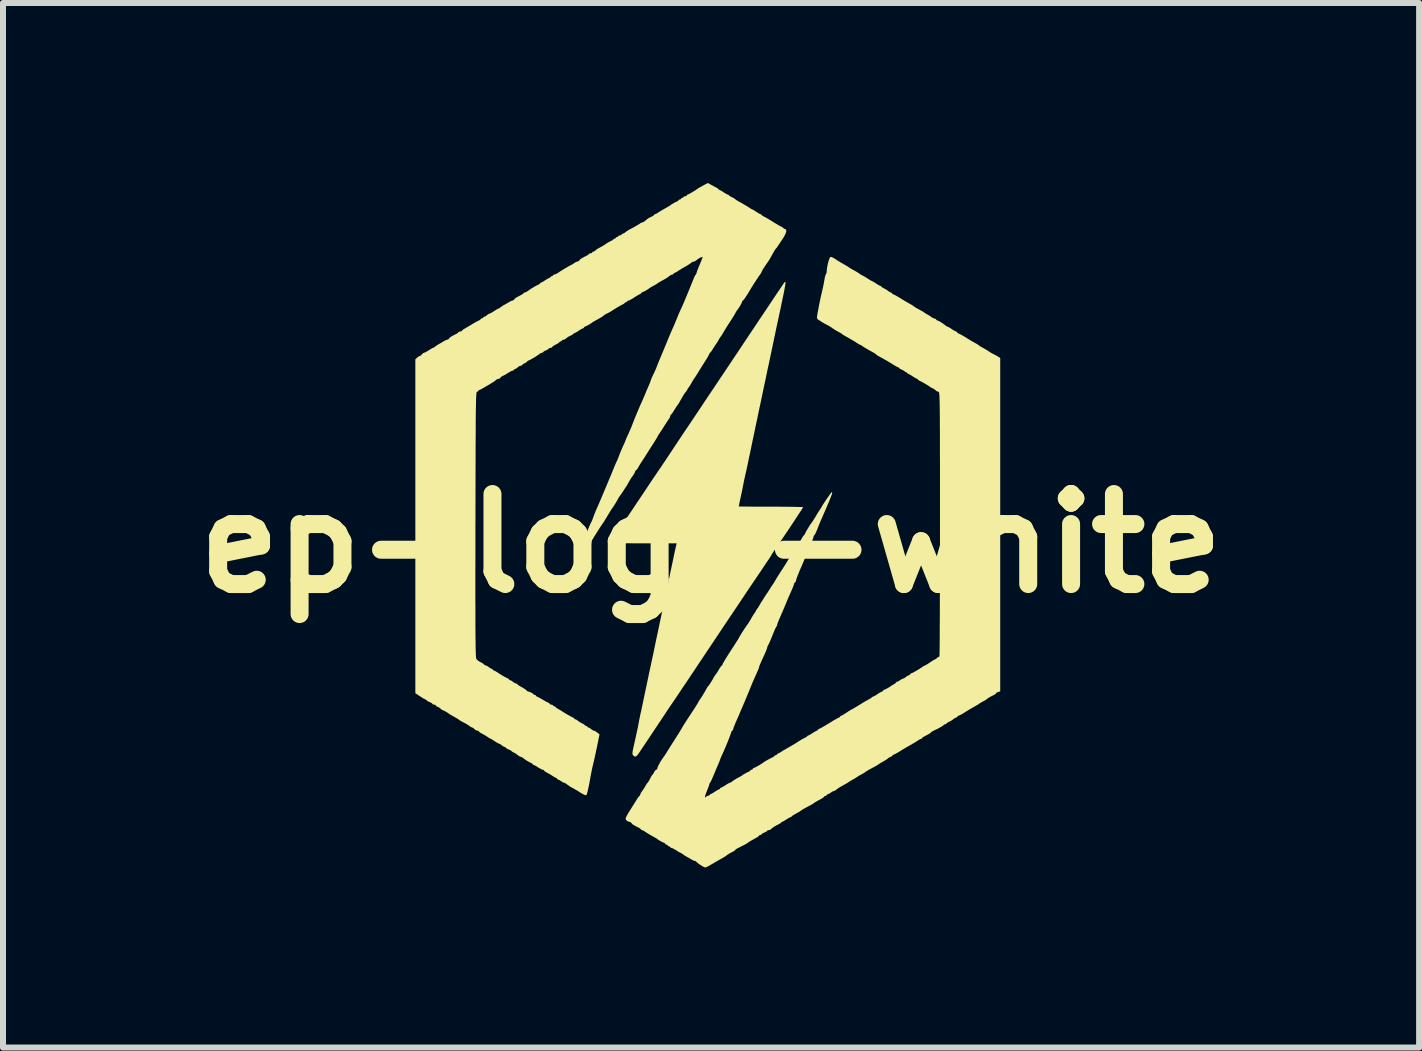
<source format=kicad_pcb>
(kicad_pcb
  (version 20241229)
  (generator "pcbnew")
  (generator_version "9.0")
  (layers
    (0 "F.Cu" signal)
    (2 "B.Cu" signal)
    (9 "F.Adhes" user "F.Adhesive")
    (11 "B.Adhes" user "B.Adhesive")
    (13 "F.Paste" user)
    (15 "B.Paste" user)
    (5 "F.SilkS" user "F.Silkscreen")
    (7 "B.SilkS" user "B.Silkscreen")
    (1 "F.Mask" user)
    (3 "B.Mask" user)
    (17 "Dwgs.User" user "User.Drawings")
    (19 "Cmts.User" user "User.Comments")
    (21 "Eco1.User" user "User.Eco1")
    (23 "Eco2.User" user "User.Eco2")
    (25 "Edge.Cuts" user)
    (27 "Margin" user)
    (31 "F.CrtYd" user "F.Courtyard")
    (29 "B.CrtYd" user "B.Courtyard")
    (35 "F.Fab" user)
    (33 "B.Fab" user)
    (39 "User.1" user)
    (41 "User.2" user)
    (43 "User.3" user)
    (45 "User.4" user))
  (footprint "ep-logo-white"
    (layer "F.Cu")
    (at 8.8 6.005)
    (property "Reference" "ep-logo-white" (at 0 0 0) (layer "F.SilkS") (effects (font (size 1.5 1.5) (thickness 0.3))))
    (attr board_only exclude_from_pos_files exclude_from_bom)
    (fp_poly (pts (xy 1.24 -4.352) (xy 1.239 -4.328) (xy 1.233 -4.285) (xy 1.221 -4.219) (xy 1.208 -4.153) (xy 1.192 -4.078) (xy 1.177 -4.007) (xy 1.165 -3.947) (xy 1.156 -3.905) (xy 1.154 -3.896) (xy 1.146 -3.858) (xy 1.134 -3.802) (xy 1.12 -3.735) (xy 1.106 -3.672) (xy 1.092 -3.607) (xy 1.074 -3.522) (xy 1.054 -3.426) (xy 1.033 -3.325) (xy 1.012 -3.227) (xy 1.012 -3.224) (xy 0.99 -3.123) (xy 0.968 -3.016) (xy 0.945 -2.911) (xy 0.925 -2.816) (xy 0.91 -2.742) (xy 0.892 -2.66) (xy 0.871 -2.561) (xy 0.849 -2.454) (xy 0.827 -2.35) (xy 0.815 -2.294) (xy 0.793 -2.191) (xy 0.769 -2.074) (xy 0.743 -1.952) (xy 0.719 -1.838) (xy 0.708 -1.785) (xy 0.689 -1.696) (xy 0.671 -1.608) (xy 0.654 -1.527) (xy 0.64 -1.46) (xy 0.631 -1.419) (xy 0.618 -1.356) (xy 0.602 -1.279) (xy 0.585 -1.201) (xy 0.577 -1.168) (xy 0.562 -1.099) (xy 0.547 -1.031) (xy 0.536 -0.975) (xy 0.531 -0.95) (xy 0.522 -0.902) (xy 0.509 -0.839) (xy 0.494 -0.771) (xy 0.489 -0.748) (xy 0.477 -0.692) (xy 0.468 -0.648) (xy 0.463 -0.621) (xy 0.462 -0.615) (xy 0.475 -0.614) (xy 0.512 -0.613) (xy 0.571 -0.613) (xy 0.648 -0.612) (xy 0.741 -0.611) (xy 0.846 -0.611) (xy 0.961 -0.611) (xy 0.998 -0.611) (xy 1.115 -0.611) (xy 1.224 -0.61) (xy 1.321 -0.609) (xy 1.403 -0.608) (xy 1.468 -0.606) (xy 1.512 -0.605) (xy 1.533 -0.603) (xy 1.534 -0.602) (xy 1.527 -0.589) (xy 1.507 -0.557) (xy 1.475 -0.509) (xy 1.435 -0.448) (xy 1.389 -0.378) (xy 1.338 -0.301) (xy 1.285 -0.221) (xy 1.231 -0.141) (xy 1.18 -0.065) (xy 1.132 0.005) (xy 1.091 0.066) (xy 1.059 0.113) (xy 1.052 0.122) (xy 1.027 0.159) (xy 1.01 0.186) (xy 1.005 0.197) (xy 0.997 0.21) (xy 0.978 0.241) (xy 0.949 0.284) (xy 0.927 0.316) (xy 0.905 0.349) (xy 0.868 0.404) (xy 0.819 0.477) (xy 0.758 0.567) (xy 0.688 0.671) (xy 0.608 0.789) (xy 0.522 0.918) (xy 0.429 1.057) (xy 0.331 1.203) (xy 0.23 1.354) (xy 0.127 1.508) (xy 0.022 1.665) (xy -0.082 1.821) (xy -0.185 1.975) (xy -0.285 2.125) (xy -0.357 2.233) (xy -0.423 2.332) (xy -0.485 2.423) (xy -0.54 2.506) (xy -0.588 2.577) (xy -0.626 2.633) (xy -0.652 2.672) (xy -0.666 2.692) (xy -0.668 2.694) (xy -0.678 2.709) (xy -0.701 2.743) (xy -0.735 2.794) (xy -0.777 2.858) (xy -0.826 2.932) (xy -0.876 3.007) (xy -0.93 3.088) (xy -0.98 3.163) (xy -1.024 3.229) (xy -1.058 3.281) (xy -1.083 3.317) (xy -1.093 3.333) (xy -1.11 3.357) (xy -1.136 3.396) (xy -1.167 3.443) (xy -1.177 3.458) (xy -1.213 3.511) (xy -1.239 3.542) (xy -1.26 3.554) (xy -1.278 3.55) (xy -1.295 3.536) (xy -1.304 3.526) (xy -1.309 3.514) (xy -1.31 3.495) (xy -1.307 3.467) (xy -1.298 3.423) (xy -1.285 3.362) (xy -1.266 3.279) (xy -1.25 3.206) (xy -1.234 3.131) (xy -1.22 3.066) (xy -1.214 3.034) (xy -1.202 2.969) (xy -1.187 2.895) (xy -1.175 2.837) (xy -1.164 2.79) (xy -1.15 2.723) (xy -1.133 2.643) (xy -1.115 2.556) (xy -1.1 2.484) (xy -1.079 2.387) (xy -1.057 2.281) (xy -1.035 2.176) (xy -1.015 2.082) (xy -1.005 2.036) (xy -0.99 1.965) (xy -0.974 1.892) (xy -0.958 1.815) (xy -0.94 1.73) (xy -0.92 1.632) (xy -0.896 1.52) (xy -0.868 1.388) (xy -0.836 1.235) (xy -0.817 1.145) (xy -0.794 1.038) (xy -0.77 0.924) (xy -0.747 0.814) (xy -0.733 0.747) (xy -0.712 0.648) (xy -0.69 0.543) (xy -0.669 0.441) (xy -0.649 0.349) (xy -0.637 0.292) (xy -0.622 0.219) (xy -0.608 0.151) (xy -0.595 0.095) (xy -0.587 0.057) (xy -0.585 0.051) (xy -0.573 0) (xy -1.121 0) (xy -1.242 -0.000284) (xy -1.353 -0.001) (xy -1.452 -0.002) (xy -1.536 -0.004) (xy -1.602 -0.006) (xy -1.647 -0.008) (xy -1.668 -0.011) (xy -1.67 -0.012) (xy -1.663 -0.026) (xy -1.644 -0.058) (xy -1.617 -0.102) (xy -1.584 -0.154) (xy -1.549 -0.208) (xy -1.516 -0.26) (xy -1.486 -0.304) (xy -1.464 -0.336) (xy -1.457 -0.346) (xy -1.447 -0.36) (xy -1.424 -0.394) (xy -1.389 -0.446) (xy -1.345 -0.512) (xy -1.292 -0.591) (xy -1.233 -0.68) (xy -1.169 -0.775) (xy -1.161 -0.787) (xy -1.096 -0.884) (xy -1.037 -0.973) (xy -0.983 -1.054) (xy -0.937 -1.122) (xy -0.901 -1.175) (xy -0.877 -1.211) (xy -0.865 -1.228) (xy -0.865 -1.229) (xy -0.854 -1.243) (xy -0.831 -1.277) (xy -0.798 -1.327) (xy -0.756 -1.389) (xy -0.709 -1.46) (xy -0.687 -1.493) (xy -0.636 -1.57) (xy -0.588 -1.643) (xy -0.546 -1.706) (xy -0.511 -1.758) (xy -0.489 -1.792) (xy -0.484 -1.799) (xy -0.452 -1.847) (xy -0.406 -1.915) (xy -0.348 -2.001) (xy -0.28 -2.103) (xy -0.203 -2.218) (xy -0.119 -2.344) (xy -0.029 -2.479) (xy 0.066 -2.62) (xy 0.163 -2.766) (xy 0.262 -2.913) (xy 0.36 -3.06) (xy 0.456 -3.204) (xy 0.548 -3.342) (xy 0.636 -3.474) (xy 0.717 -3.595) (xy 0.79 -3.705) (xy 0.854 -3.8) (xy 0.906 -3.878) (xy 0.914 -3.889) (xy 0.98 -3.988) (xy 1.041 -4.08) (xy 1.096 -4.162) (xy 1.144 -4.233) (xy 1.182 -4.289) (xy 1.208 -4.328) (xy 1.222 -4.348) (xy 1.224 -4.35) (xy 1.234 -4.359)) (stroke (width 0) (type solid)) (fill yes) (layer "F.SilkS"))
    (fp_poly (pts (xy 2.011 -4.771) (xy 2.044 -4.755) (xy 2.066 -4.741) (xy 2.112 -4.711) (xy 2.158 -4.682) (xy 2.174 -4.673) (xy 2.214 -4.65) (xy 2.25 -4.63) (xy 2.255 -4.627) (xy 2.281 -4.611) (xy 2.294 -4.602) (xy 2.3 -4.598) (xy 2.311 -4.59) (xy 2.333 -4.577) (xy 2.371 -4.556) (xy 2.415 -4.531) (xy 2.447 -4.512) (xy 2.468 -4.498) (xy 2.471 -4.495) (xy 2.487 -4.484) (xy 2.516 -4.468) (xy 2.518 -4.467) (xy 2.555 -4.447) (xy 2.599 -4.42) (xy 2.616 -4.409) (xy 2.65 -4.387) (xy 2.675 -4.374) (xy 2.681 -4.371) (xy 2.696 -4.364) (xy 2.726 -4.346) (xy 2.749 -4.331) (xy 2.785 -4.308) (xy 2.813 -4.293) (xy 2.823 -4.29) (xy 2.837 -4.282) (xy 2.837 -4.28) (xy 2.848 -4.268) (xy 2.876 -4.252) (xy 2.881 -4.25) (xy 2.92 -4.229) (xy 2.952 -4.206) (xy 2.952 -4.206) (xy 2.978 -4.187) (xy 2.996 -4.181) (xy 3.012 -4.173) (xy 3.014 -4.168) (xy 3.024 -4.155) (xy 3.028 -4.154) (xy 3.045 -4.147) (xy 3.079 -4.13) (xy 3.122 -4.105) (xy 3.133 -4.098) (xy 3.2 -4.057) (xy 3.257 -4.023) (xy 3.317 -3.989) (xy 3.341 -3.976) (xy 3.368 -3.959) (xy 3.38 -3.949) (xy 3.395 -3.938) (xy 3.427 -3.919) (xy 3.469 -3.896) (xy 3.511 -3.873) (xy 3.542 -3.854) (xy 3.557 -3.844) (xy 3.573 -3.832) (xy 3.602 -3.816) (xy 3.604 -3.815) (xy 3.642 -3.793) (xy 3.671 -3.771) (xy 3.701 -3.752) (xy 3.722 -3.747) (xy 3.743 -3.741) (xy 3.747 -3.735) (xy 3.758 -3.721) (xy 3.771 -3.715) (xy 3.808 -3.699) (xy 3.853 -3.671) (xy 3.894 -3.641) (xy 3.902 -3.635) (xy 3.926 -3.617) (xy 3.94 -3.611) (xy 3.958 -3.604) (xy 3.989 -3.586) (xy 4.012 -3.57) (xy 4.048 -3.547) (xy 4.076 -3.533) (xy 4.085 -3.53) (xy 4.099 -3.521) (xy 4.1 -3.518) (xy 4.111 -3.504) (xy 4.124 -3.498) (xy 4.157 -3.482) (xy 4.206 -3.455) (xy 4.262 -3.421) (xy 4.267 -3.417) (xy 4.303 -3.395) (xy 4.345 -3.37) (xy 4.348 -3.368) (xy 4.388 -3.346) (xy 4.424 -3.326) (xy 4.427 -3.324) (xy 4.454 -3.307) (xy 4.466 -3.297) (xy 4.481 -3.286) (xy 4.513 -3.268) (xy 4.54 -3.253) (xy 4.58 -3.23) (xy 4.613 -3.21) (xy 4.625 -3.202) (xy 4.648 -3.186) (xy 4.685 -3.165) (xy 4.701 -3.157) (xy 4.743 -3.135) (xy 4.78 -3.114) (xy 4.789 -3.108) (xy 4.819 -3.089) (xy 4.819 -0.31) (xy 4.819 2.468) (xy 4.785 2.476) (xy 4.76 2.487) (xy 4.751 2.498) (xy 4.74 2.511) (xy 4.711 2.528) (xy 4.692 2.538) (xy 4.652 2.558) (xy 4.621 2.576) (xy 4.613 2.583) (xy 4.585 2.604) (xy 4.568 2.615) (xy 4.519 2.642) (xy 4.489 2.659) (xy 4.473 2.669) (xy 4.466 2.674) (xy 4.451 2.686) (xy 4.427 2.699) (xy 4.393 2.719) (xy 4.353 2.741) (xy 4.348 2.744) (xy 4.307 2.768) (xy 4.27 2.791) (xy 4.267 2.792) (xy 4.211 2.828) (xy 4.162 2.856) (xy 4.126 2.872) (xy 4.124 2.873) (xy 4.104 2.886) (xy 4.1 2.893) (xy 4.089 2.904) (xy 4.082 2.905) (xy 4.059 2.914) (xy 4.038 2.93) (xy 4.007 2.953) (xy 3.968 2.974) (xy 3.967 2.974) (xy 3.938 2.989) (xy 3.924 3.002) (xy 3.923 3.004) (xy 3.912 3.013) (xy 3.904 3.014) (xy 3.884 3.02) (xy 3.88 3.024) (xy 3.864 3.04) (xy 3.827 3.062) (xy 3.777 3.09) (xy 3.73 3.112) (xy 3.694 3.13) (xy 3.67 3.145) (xy 3.665 3.151) (xy 3.654 3.162) (xy 3.625 3.18) (xy 3.591 3.198) (xy 3.551 3.219) (xy 3.524 3.237) (xy 3.516 3.246) (xy 3.506 3.258) (xy 3.501 3.258) (xy 3.481 3.265) (xy 3.451 3.283) (xy 3.45 3.284) (xy 3.414 3.308) (xy 3.371 3.333) (xy 3.363 3.338) (xy 3.3 3.374) (xy 3.256 3.399) (xy 3.226 3.417) (xy 3.204 3.43) (xy 3.186 3.441) (xy 3.181 3.444) (xy 3.125 3.479) (xy 3.075 3.507) (xy 3.04 3.524) (xy 3.038 3.525) (xy 3.018 3.537) (xy 3.014 3.545) (xy 3.003 3.556) (xy 2.996 3.557) (xy 2.973 3.565) (xy 2.951 3.581) (xy 2.926 3.601) (xy 2.891 3.623) (xy 2.841 3.651) (xy 2.831 3.657) (xy 2.806 3.672) (xy 2.797 3.679) (xy 2.777 3.693) (xy 2.737 3.716) (xy 2.683 3.745) (xy 2.664 3.755) (xy 2.624 3.777) (xy 2.591 3.797) (xy 2.582 3.803) (xy 2.551 3.825) (xy 2.528 3.839) (xy 2.491 3.859) (xy 2.467 3.872) (xy 2.442 3.888) (xy 2.43 3.896) (xy 2.414 3.907) (xy 2.378 3.928) (xy 2.328 3.956) (xy 2.304 3.971) (xy 2.294 3.978) (xy 2.274 3.991) (xy 2.231 4.016) (xy 2.168 4.051) (xy 2.129 4.074) (xy 2.096 4.098) (xy 2.091 4.103) (xy 2.065 4.121) (xy 2.047 4.127) (xy 2.025 4.135) (xy 1.996 4.154) (xy 1.967 4.173) (xy 1.945 4.181) (xy 1.929 4.19) (xy 1.928 4.195) (xy 1.917 4.207) (xy 1.907 4.208) (xy 1.889 4.214) (xy 1.887 4.22) (xy 1.876 4.232) (xy 1.849 4.251) (xy 1.836 4.258) (xy 1.771 4.293) (xy 1.729 4.318) (xy 1.711 4.331) (xy 1.691 4.345) (xy 1.651 4.367) (xy 1.597 4.396) (xy 1.578 4.406) (xy 1.537 4.428) (xy 1.505 4.449) (xy 1.496 4.456) (xy 1.471 4.473) (xy 1.432 4.495) (xy 1.408 4.508) (xy 1.372 4.528) (xy 1.349 4.545) (xy 1.344 4.551) (xy 1.333 4.561) (xy 1.329 4.561) (xy 1.31 4.569) (xy 1.278 4.587) (xy 1.254 4.602) (xy 1.218 4.625) (xy 1.19 4.64) (xy 1.18 4.643) (xy 1.168 4.651) (xy 1.168 4.653) (xy 1.156 4.665) (xy 1.129 4.68) (xy 1.123 4.683) (xy 1.084 4.703) (xy 1.043 4.727) (xy 1.011 4.751) (xy 0.994 4.768) (xy 0.993 4.768) (xy 0.978 4.777) (xy 0.963 4.779) (xy 0.941 4.783) (xy 0.937 4.79) (xy 0.925 4.801) (xy 0.897 4.816) (xy 0.889 4.819) (xy 0.858 4.834) (xy 0.842 4.847) (xy 0.842 4.849) (xy 0.831 4.859) (xy 0.821 4.86) (xy 0.803 4.866) (xy 0.801 4.871) (xy 0.79 4.884) (xy 0.763 4.902) (xy 0.75 4.909) (xy 0.685 4.945) (xy 0.643 4.969) (xy 0.624 4.982) (xy 0.603 4.998) (xy 0.564 5.02) (xy 0.516 5.045) (xy 0.472 5.067) (xy 0.435 5.085) (xy 0.412 5.1) (xy 0.407 5.106) (xy 0.396 5.118) (xy 0.37 5.135) (xy 0.37 5.135) (xy 0.318 5.162) (xy 0.279 5.185) (xy 0.259 5.2) (xy 0.258 5.201) (xy 0.243 5.213) (xy 0.213 5.231) (xy 0.2 5.239) (xy 0.126 5.281) (xy 0.062 5.318) (xy -0.003 5.356) (xy -0.011 5.36) (xy -0.051 5.383) (xy -0.084 5.398) (xy -0.099 5.402) (xy -0.119 5.394) (xy -0.152 5.376) (xy -0.176 5.361) (xy -0.212 5.336) (xy -0.236 5.316) (xy -0.242 5.308) (xy -0.258 5.296) (xy -0.267 5.294) (xy -0.292 5.287) (xy -0.324 5.27) (xy -0.364 5.246) (xy -0.4 5.226) (xy -0.438 5.204) (xy -0.468 5.182) (xy -0.492 5.165) (xy -0.506 5.159) (xy -0.523 5.152) (xy -0.554 5.133) (xy -0.577 5.118) (xy -0.615 5.095) (xy -0.646 5.08) (xy -0.657 5.077) (xy -0.676 5.07) (xy -0.679 5.064) (xy -0.69 5.052) (xy -0.699 5.05) (xy -0.717 5.043) (xy -0.72 5.037) (xy -0.731 5.025) (xy -0.74 5.023) (xy -0.758 5.016) (xy -0.76 5.011) (xy -0.771 4.997) (xy -0.784 4.991) (xy -0.81 4.98) (xy -0.846 4.961) (xy -0.878 4.941) (xy -0.896 4.928) (xy -0.901 4.923) (xy -0.913 4.916) (xy -0.934 4.904) (xy -0.971 4.883) (xy -1.017 4.857) (xy -1.059 4.832) (xy -1.097 4.807) (xy -1.102 4.804) (xy -1.131 4.786) (xy -1.152 4.779) (xy -1.153 4.779) (xy -1.167 4.771) (xy -1.168 4.768) (xy -1.178 4.755) (xy -1.198 4.743) (xy -1.257 4.713) (xy -1.295 4.691) (xy -1.316 4.675) (xy -1.326 4.662) (xy -1.326 4.662) (xy -1.344 4.645) (xy -1.356 4.642) (xy -1.388 4.633) (xy -1.415 4.611) (xy -1.425 4.586) (xy -1.418 4.567) (xy -1.4 4.531) (xy -1.372 4.483) (xy -1.347 4.444) (xy -1.311 4.386) (xy -1.276 4.33) (xy -1.247 4.285) (xy -1.235 4.265) (xy -1.214 4.232) (xy -1.196 4.212) (xy -1.191 4.209) (xy -1.182 4.197) (xy -1.181 4.189) (xy -1.173 4.166) (xy -1.153 4.136) (xy -1.15 4.131) (xy -1.123 4.093) (xy -1.096 4.048) (xy -1.093 4.042) (xy -1.075 4.011) (xy -1.061 3.993) (xy -1.058 3.991) (xy -1.049 3.98) (xy -1.032 3.951) (xy -1.017 3.924) (xy -0.998 3.886) (xy -0.982 3.862) (xy -0.976 3.856) (xy -0.965 3.844) (xy -0.951 3.817) (xy -0.95 3.815) (xy -0.933 3.787) (xy -0.916 3.774) (xy -0.915 3.774) (xy -0.898 3.763) (xy -0.896 3.754) (xy -0.889 3.728) (xy -0.87 3.688) (xy -0.844 3.64) (xy -0.814 3.593) (xy -0.786 3.553) (xy -0.783 3.55) (xy -0.769 3.53) (xy -0.749 3.498) (xy -0.742 3.488) (xy -0.717 3.447) (xy -0.686 3.398) (xy -0.672 3.375) (xy -0.612 3.282) (xy -0.566 3.208) (xy -0.53 3.152) (xy -0.504 3.109) (xy -0.486 3.079) (xy -0.479 3.065) (xy -0.463 3.038) (xy -0.435 2.994) (xy -0.399 2.938) (xy -0.357 2.874) (xy -0.336 2.842) (xy -0.295 2.78) (xy -0.261 2.727) (xy -0.235 2.686) (xy -0.22 2.661) (xy -0.217 2.655) (xy -0.21 2.64) (xy -0.191 2.611) (xy -0.171 2.581) (xy -0.139 2.532) (xy -0.108 2.48) (xy -0.094 2.456) (xy -0.075 2.42) (xy -0.06 2.395) (xy -0.056 2.389) (xy -0.039 2.37) (xy -0.015 2.335) (xy 0.012 2.293) (xy 0.034 2.254) (xy 0.053 2.219) (xy 0.071 2.194) (xy 0.073 2.191) (xy 0.088 2.171) (xy 0.111 2.136) (xy 0.129 2.106) (xy 0.152 2.069) (xy 0.171 2.044) (xy 0.18 2.037) (xy 0.19 2.026) (xy 0.19 2.022) (xy 0.195 2.007) (xy 0.212 1.977) (xy 0.24 1.929) (xy 0.281 1.863) (xy 0.336 1.777) (xy 0.377 1.715) (xy 0.41 1.663) (xy 0.438 1.62) (xy 0.456 1.591) (xy 0.462 1.581) (xy 0.468 1.566) (xy 0.486 1.536) (xy 0.511 1.495) (xy 0.539 1.452) (xy 0.566 1.41) (xy 0.588 1.379) (xy 0.598 1.364) (xy 0.617 1.339) (xy 0.642 1.298) (xy 0.667 1.256) (xy 0.692 1.212) (xy 0.715 1.176) (xy 0.729 1.156) (xy 0.744 1.135) (xy 0.747 1.127) (xy 0.755 1.108) (xy 0.764 1.097) (xy 0.781 1.075) (xy 0.803 1.039) (xy 0.815 1.018) (xy 0.836 0.982) (xy 0.852 0.957) (xy 0.857 0.95) (xy 0.868 0.934) (xy 0.882 0.91) (xy 0.9 0.88) (xy 0.912 0.863) (xy 0.925 0.844) (xy 0.948 0.81) (xy 0.971 0.774) (xy 0.997 0.733) (xy 1.018 0.7) (xy 1.03 0.684) (xy 1.044 0.663) (xy 1.064 0.629) (xy 1.072 0.616) (xy 1.093 0.58) (xy 1.124 0.53) (xy 1.158 0.476) (xy 1.168 0.462) (xy 1.202 0.409) (xy 1.234 0.359) (xy 1.258 0.32) (xy 1.263 0.312) (xy 1.287 0.272) (xy 1.317 0.224) (xy 1.33 0.204) (xy 1.361 0.156) (xy 1.395 0.1) (xy 1.412 0.071) (xy 1.438 0.03) (xy 1.459 -0.003) (xy 1.471 -0.017) (xy 1.487 -0.039) (xy 1.508 -0.074) (xy 1.513 -0.085) (xy 1.532 -0.116) (xy 1.546 -0.134) (xy 1.549 -0.136) (xy 1.56 -0.147) (xy 1.566 -0.16) (xy 1.578 -0.186) (xy 1.6 -0.226) (xy 1.627 -0.27) (xy 1.653 -0.312) (xy 1.675 -0.343) (xy 1.683 -0.353) (xy 1.693 -0.367) (xy 1.713 -0.399) (xy 1.74 -0.442) (xy 1.751 -0.462) (xy 1.779 -0.508) (xy 1.803 -0.545) (xy 1.817 -0.567) (xy 1.82 -0.57) (xy 1.832 -0.588) (xy 1.834 -0.592) (xy 1.845 -0.613) (xy 1.867 -0.649) (xy 1.896 -0.693) (xy 1.928 -0.741) (xy 1.96 -0.786) (xy 1.987 -0.824) (xy 2.006 -0.849) (xy 2.014 -0.855) (xy 2.019 -0.844) (xy 2.016 -0.825) (xy 2.005 -0.796) (xy 1.986 -0.747) (xy 1.961 -0.685) (xy 1.931 -0.615) (xy 1.9 -0.542) (xy 1.869 -0.472) (xy 1.853 -0.434) (xy 1.824 -0.369) (xy 1.794 -0.296) (xy 1.77 -0.234) (xy 1.751 -0.188) (xy 1.734 -0.153) (xy 1.723 -0.136) (xy 1.722 -0.136) (xy 1.711 -0.125) (xy 1.71 -0.119) (xy 1.706 -0.1) (xy 1.693 -0.063) (xy 1.675 -0.014) (xy 1.654 0.039) (xy 1.633 0.089) (xy 1.616 0.129) (xy 1.605 0.154) (xy 1.587 0.196) (xy 1.566 0.247) (xy 1.561 0.258) (xy 1.538 0.312) (xy 1.517 0.361) (xy 1.502 0.397) (xy 1.5 0.4) (xy 1.474 0.461) (xy 1.45 0.52) (xy 1.43 0.573) (xy 1.417 0.613) (xy 1.412 0.634) (xy 1.404 0.65) (xy 1.398 0.652) (xy 1.386 0.663) (xy 1.385 0.67) (xy 1.379 0.691) (xy 1.365 0.729) (xy 1.346 0.776) (xy 1.343 0.782) (xy 1.321 0.832) (xy 1.302 0.874) (xy 1.29 0.901) (xy 1.289 0.903) (xy 1.245 1.01) (xy 1.209 1.095) (xy 1.18 1.162) (xy 1.158 1.214) (xy 1.14 1.255) (xy 1.132 1.274) (xy 1.114 1.317) (xy 1.103 1.351) (xy 1.1 1.365) (xy 1.093 1.384) (xy 1.089 1.387) (xy 1.08 1.401) (xy 1.064 1.435) (xy 1.044 1.483) (xy 1.026 1.527) (xy 1.002 1.586) (xy 0.98 1.638) (xy 0.963 1.675) (xy 0.955 1.69) (xy 0.94 1.718) (xy 0.937 1.734) (xy 0.931 1.754) (xy 0.917 1.792) (xy 0.896 1.84) (xy 0.889 1.857) (xy 0.854 1.931) (xy 0.83 1.985) (xy 0.815 2.021) (xy 0.805 2.044) (xy 0.802 2.058) (xy 0.801 2.063) (xy 0.796 2.081) (xy 0.781 2.116) (xy 0.761 2.162) (xy 0.755 2.175) (xy 0.73 2.231) (xy 0.699 2.302) (xy 0.668 2.376) (xy 0.652 2.416) (xy 0.622 2.489) (xy 0.59 2.566) (xy 0.561 2.636) (xy 0.547 2.668) (xy 0.522 2.727) (xy 0.497 2.784) (xy 0.478 2.83) (xy 0.475 2.837) (xy 0.456 2.882) (xy 0.431 2.938) (xy 0.408 2.991) (xy 0.388 3.039) (xy 0.373 3.078) (xy 0.367 3.102) (xy 0.367 3.103) (xy 0.359 3.12) (xy 0.353 3.122) (xy 0.34 3.133) (xy 0.339 3.138) (xy 0.334 3.158) (xy 0.32 3.197) (xy 0.3 3.25) (xy 0.275 3.313) (xy 0.248 3.379) (xy 0.22 3.444) (xy 0.194 3.502) (xy 0.189 3.513) (xy 0.169 3.556) (xy 0.155 3.59) (xy 0.149 3.607) (xy 0.149 3.607) (xy 0.144 3.623) (xy 0.131 3.656) (xy 0.112 3.701) (xy 0.11 3.705) (xy 0.083 3.767) (xy 0.054 3.837) (xy 0.032 3.889) (xy 0.012 3.936) (xy -0.005 3.971) (xy -0.016 3.988) (xy -0.017 3.989) (xy -0.027 4.005) (xy -0.027 4.01) (xy -0.032 4.029) (xy -0.045 4.066) (xy -0.064 4.114) (xy -0.069 4.125) (xy -0.087 4.173) (xy -0.099 4.21) (xy -0.102 4.231) (xy -0.101 4.233) (xy -0.089 4.232) (xy -0.085 4.225) (xy -0.068 4.211) (xy -0.053 4.208) (xy -0.032 4.203) (xy -0.027 4.195) (xy -0.017 4.182) (xy -0.013 4.181) (xy 0.006 4.174) (xy 0.038 4.156) (xy 0.061 4.141) (xy 0.097 4.118) (xy 0.125 4.103) (xy 0.135 4.1) (xy 0.149 4.09) (xy 0.149 4.086) (xy 0.16 4.073) (xy 0.164 4.073) (xy 0.183 4.065) (xy 0.215 4.047) (xy 0.238 4.032) (xy 0.274 4.009) (xy 0.302 3.994) (xy 0.312 3.991) (xy 0.333 3.983) (xy 0.353 3.967) (xy 0.38 3.948) (xy 0.42 3.923) (xy 0.444 3.91) (xy 0.481 3.89) (xy 0.508 3.875) (xy 0.516 3.869) (xy 0.536 3.855) (xy 0.569 3.835) (xy 0.604 3.816) (xy 0.628 3.806) (xy 0.648 3.794) (xy 0.652 3.786) (xy 0.663 3.775) (xy 0.672 3.774) (xy 0.69 3.768) (xy 0.692 3.762) (xy 0.703 3.748) (xy 0.716 3.742) (xy 0.741 3.731) (xy 0.777 3.712) (xy 0.816 3.689) (xy 0.849 3.669) (xy 0.868 3.655) (xy 0.869 3.654) (xy 0.884 3.643) (xy 0.916 3.624) (xy 0.957 3.601) (xy 0.999 3.579) (xy 1.028 3.564) (xy 1.052 3.55) (xy 1.059 3.54) (xy 1.07 3.531) (xy 1.079 3.53) (xy 1.097 3.522) (xy 1.1 3.516) (xy 1.11 3.503) (xy 1.115 3.503) (xy 1.135 3.495) (xy 1.164 3.478) (xy 1.166 3.476) (xy 1.197 3.456) (xy 1.242 3.43) (xy 1.283 3.406) (xy 1.341 3.373) (xy 1.403 3.336) (xy 1.439 3.313) (xy 1.486 3.283) (xy 1.531 3.257) (xy 1.558 3.244) (xy 1.587 3.228) (xy 1.602 3.216) (xy 1.602 3.214) (xy 1.612 3.204) (xy 1.616 3.204) (xy 1.635 3.197) (xy 1.667 3.178) (xy 1.69 3.163) (xy 1.726 3.14) (xy 1.754 3.125) (xy 1.764 3.122) (xy 1.778 3.114) (xy 1.778 3.11) (xy 1.789 3.097) (xy 1.802 3.091) (xy 1.814 3.086) (xy 1.83 3.078) (xy 1.854 3.065) (xy 1.888 3.045) (xy 1.938 3.015) (xy 2.006 2.974) (xy 2.026 2.961) (xy 2.071 2.935) (xy 2.107 2.915) (xy 2.129 2.906) (xy 2.131 2.905) (xy 2.145 2.895) (xy 2.145 2.892) (xy 2.155 2.879) (xy 2.159 2.878) (xy 2.177 2.871) (xy 2.21 2.852) (xy 2.251 2.825) (xy 2.254 2.824) (xy 2.294 2.797) (xy 2.325 2.778) (xy 2.34 2.769) (xy 2.34 2.769) (xy 2.354 2.763) (xy 2.385 2.745) (xy 2.429 2.719) (xy 2.46 2.7) (xy 2.516 2.665) (xy 2.57 2.633) (xy 2.613 2.609) (xy 2.627 2.601) (xy 2.661 2.582) (xy 2.682 2.566) (xy 2.686 2.562) (xy 2.701 2.552) (xy 2.704 2.552) (xy 2.722 2.545) (xy 2.753 2.527) (xy 2.776 2.511) (xy 2.812 2.488) (xy 2.84 2.474) (xy 2.85 2.471) (xy 2.864 2.462) (xy 2.864 2.459) (xy 2.876 2.445) (xy 2.888 2.439) (xy 2.915 2.428) (xy 2.95 2.409) (xy 2.983 2.389) (xy 3 2.376) (xy 3.016 2.365) (xy 3.044 2.35) (xy 3.071 2.333) (xy 3.082 2.319) (xy 3.082 2.319) (xy 3.092 2.308) (xy 3.099 2.308) (xy 3.121 2.3) (xy 3.15 2.281) (xy 3.179 2.262) (xy 3.201 2.254) (xy 3.223 2.245) (xy 3.248 2.226) (xy 3.275 2.207) (xy 3.295 2.199) (xy 3.311 2.192) (xy 3.312 2.187) (xy 3.324 2.174) (xy 3.336 2.167) (xy 3.364 2.155) (xy 3.407 2.132) (xy 3.455 2.103) (xy 3.501 2.074) (xy 3.518 2.062) (xy 3.546 2.044) (xy 3.563 2.036) (xy 3.563 2.036) (xy 3.578 2.029) (xy 3.609 2.011) (xy 3.649 1.984) (xy 3.652 1.982) (xy 3.693 1.955) (xy 3.727 1.936) (xy 3.746 1.928) (xy 3.746 1.928) (xy 3.76 1.918) (xy 3.76 1.914) (xy 3.771 1.902) (xy 3.779 1.901) (xy 3.8 1.89) (xy 3.807 1.879) (xy 3.807 1.863) (xy 3.808 1.822) (xy 3.809 1.756) (xy 3.81 1.668) (xy 3.811 1.558) (xy 3.811 1.428) (xy 3.812 1.28) (xy 3.813 1.115) (xy 3.813 0.934) (xy 3.814 0.739) (xy 3.814 0.532) (xy 3.814 0.313) (xy 3.815 0.084) (xy 3.815 -0.153) (xy 3.815 -0.334) (xy 3.815 -0.619) (xy 3.815 -0.879) (xy 3.815 -1.114) (xy 3.815 -1.325) (xy 3.814 -1.515) (xy 3.814 -1.683) (xy 3.814 -1.831) (xy 3.813 -1.961) (xy 3.813 -2.074) (xy 3.812 -2.171) (xy 3.811 -2.252) (xy 3.81 -2.32) (xy 3.809 -2.376) (xy 3.807 -2.421) (xy 3.806 -2.456) (xy 3.804 -2.482) (xy 3.802 -2.5) (xy 3.799 -2.513) (xy 3.797 -2.52) (xy 3.794 -2.524) (xy 3.791 -2.525) (xy 3.79 -2.525) (xy 3.762 -2.535) (xy 3.74 -2.552) (xy 3.717 -2.572) (xy 3.703 -2.579) (xy 3.684 -2.587) (xy 3.655 -2.604) (xy 3.654 -2.605) (xy 3.612 -2.633) (xy 3.564 -2.662) (xy 3.518 -2.688) (xy 3.482 -2.706) (xy 3.472 -2.711) (xy 3.452 -2.723) (xy 3.448 -2.73) (xy 3.438 -2.742) (xy 3.434 -2.742) (xy 3.415 -2.749) (xy 3.383 -2.768) (xy 3.36 -2.783) (xy 3.324 -2.806) (xy 3.296 -2.821) (xy 3.286 -2.824) (xy 3.272 -2.834) (xy 3.272 -2.837) (xy 3.261 -2.849) (xy 3.251 -2.851) (xy 3.233 -2.857) (xy 3.231 -2.862) (xy 3.22 -2.874) (xy 3.192 -2.888) (xy 3.183 -2.892) (xy 3.153 -2.906) (xy 3.137 -2.919) (xy 3.136 -2.921) (xy 3.126 -2.932) (xy 3.122 -2.932) (xy 3.103 -2.939) (xy 3.071 -2.957) (xy 3.051 -2.969) (xy 3.011 -2.994) (xy 2.977 -3.015) (xy 2.966 -3.021) (xy 2.938 -3.038) (xy 2.899 -3.06) (xy 2.885 -3.068) (xy 2.842 -3.092) (xy 2.803 -3.114) (xy 2.793 -3.119) (xy 2.765 -3.136) (xy 2.749 -3.15) (xy 2.733 -3.164) (xy 2.705 -3.18) (xy 2.643 -3.214) (xy 2.582 -3.249) (xy 2.532 -3.28) (xy 2.523 -3.287) (xy 2.495 -3.305) (xy 2.478 -3.312) (xy 2.478 -3.312) (xy 2.461 -3.32) (xy 2.434 -3.337) (xy 2.432 -3.338) (xy 2.396 -3.362) (xy 2.353 -3.388) (xy 2.345 -3.392) (xy 2.298 -3.419) (xy 2.249 -3.447) (xy 2.243 -3.45) (xy 2.21 -3.469) (xy 2.189 -3.484) (xy 2.186 -3.487) (xy 2.171 -3.498) (xy 2.139 -3.516) (xy 2.114 -3.53) (xy 2.072 -3.553) (xy 2.038 -3.575) (xy 2.025 -3.584) (xy 1.999 -3.603) (xy 1.961 -3.626) (xy 1.948 -3.633) (xy 1.883 -3.667) (xy 1.84 -3.692) (xy 1.819 -3.707) (xy 1.819 -3.707) (xy 1.802 -3.718) (xy 1.789 -3.724) (xy 1.77 -3.743) (xy 1.765 -3.763) (xy 1.768 -3.79) (xy 1.775 -3.837) (xy 1.787 -3.898) (xy 1.8 -3.969) (xy 1.815 -4.043) (xy 1.83 -4.114) (xy 1.845 -4.177) (xy 1.851 -4.204) (xy 1.864 -4.26) (xy 1.878 -4.328) (xy 1.887 -4.381) (xy 1.896 -4.43) (xy 1.906 -4.468) (xy 1.915 -4.487) (xy 1.915 -4.487) (xy 1.924 -4.505) (xy 1.928 -4.537) (xy 1.928 -4.538) (xy 1.931 -4.579) (xy 1.94 -4.63) (xy 1.952 -4.682) (xy 1.966 -4.728) (xy 1.98 -4.761) (xy 1.99 -4.774)) (stroke (width 0) (type solid)) (fill yes) (layer "F.SilkS"))
    (fp_poly (pts (xy 0.003 -5.974) (xy 0.045 -5.951) (xy 0.081 -5.932) (xy 0.092 -5.927) (xy 0.115 -5.912) (xy 0.122 -5.902) (xy 0.133 -5.892) (xy 0.135 -5.892) (xy 0.153 -5.885) (xy 0.184 -5.867) (xy 0.208 -5.851) (xy 0.245 -5.828) (xy 0.274 -5.813) (xy 0.284 -5.81) (xy 0.298 -5.803) (xy 0.299 -5.8) (xy 0.31 -5.789) (xy 0.337 -5.774) (xy 0.343 -5.771) (xy 0.377 -5.754) (xy 0.4 -5.738) (xy 0.401 -5.737) (xy 0.421 -5.721) (xy 0.454 -5.701) (xy 0.462 -5.697) (xy 0.542 -5.652) (xy 0.602 -5.617) (xy 0.64 -5.592) (xy 0.668 -5.574) (xy 0.685 -5.566) (xy 0.685 -5.566) (xy 0.701 -5.559) (xy 0.73 -5.541) (xy 0.753 -5.525) (xy 0.79 -5.502) (xy 0.818 -5.487) (xy 0.827 -5.485) (xy 0.841 -5.477) (xy 0.842 -5.474) (xy 0.853 -5.462) (xy 0.879 -5.447) (xy 0.907 -5.433) (xy 0.95 -5.408) (xy 1.002 -5.377) (xy 1.025 -5.362) (xy 1.077 -5.33) (xy 1.125 -5.302) (xy 1.161 -5.282) (xy 1.171 -5.277) (xy 1.197 -5.263) (xy 1.208 -5.25) (xy 1.219 -5.241) (xy 1.227 -5.24) (xy 1.25 -5.231) (xy 1.254 -5.203) (xy 1.242 -5.16) (xy 1.212 -5.104) (xy 1.195 -5.077) (xy 1.174 -5.046) (xy 1.146 -5.004) (xy 1.132 -4.982) (xy 1.108 -4.946) (xy 1.089 -4.921) (xy 1.082 -4.913) (xy 1.069 -4.897) (xy 1.05 -4.867) (xy 1.048 -4.863) (xy 1.027 -4.825) (xy 1.001 -4.779) (xy 0.993 -4.764) (xy 0.972 -4.727) (xy 0.954 -4.699) (xy 0.949 -4.692) (xy 0.929 -4.665) (xy 0.904 -4.628) (xy 0.878 -4.588) (xy 0.856 -4.553) (xy 0.844 -4.529) (xy 0.842 -4.524) (xy 0.834 -4.505) (xy 0.821 -4.486) (xy 0.793 -4.447) (xy 0.756 -4.391) (xy 0.712 -4.324) (xy 0.667 -4.251) (xy 0.625 -4.181) (xy 0.618 -4.17) (xy 0.587 -4.12) (xy 0.56 -4.08) (xy 0.54 -4.055) (xy 0.533 -4.049) (xy 0.517 -4.032) (xy 0.516 -4.024) (xy 0.509 -4.003) (xy 0.49 -3.969) (xy 0.466 -3.929) (xy 0.441 -3.894) (xy 0.436 -3.888) (xy 0.421 -3.866) (xy 0.403 -3.834) (xy 0.403 -3.833) (xy 0.385 -3.802) (xy 0.358 -3.757) (xy 0.326 -3.708) (xy 0.323 -3.703) (xy 0.267 -3.617) (xy 0.224 -3.546) (xy 0.191 -3.49) (xy 0.174 -3.462) (xy 0.163 -3.448) (xy 0.151 -3.433) (xy 0.133 -3.403) (xy 0.129 -3.395) (xy 0.109 -3.36) (xy 0.092 -3.334) (xy 0.09 -3.331) (xy 0.075 -3.311) (xy 0.052 -3.276) (xy 0.034 -3.246) (xy 0.011 -3.209) (xy -0.008 -3.184) (xy -0.017 -3.177) (xy -0.027 -3.166) (xy -0.027 -3.163) (xy -0.034 -3.145) (xy -0.052 -3.111) (xy -0.077 -3.07) (xy -0.078 -3.069) (xy -0.109 -3.019) (xy -0.148 -2.957) (xy -0.187 -2.895) (xy -0.197 -2.878) (xy -0.228 -2.828) (xy -0.254 -2.787) (xy -0.273 -2.759) (xy -0.278 -2.752) (xy -0.292 -2.731) (xy -0.313 -2.696) (xy -0.325 -2.674) (xy -0.348 -2.635) (xy -0.368 -2.605) (xy -0.376 -2.595) (xy -0.391 -2.574) (xy -0.394 -2.566) (xy -0.402 -2.548) (xy -0.413 -2.534) (xy -0.44 -2.501) (xy -0.476 -2.443) (xy -0.517 -2.37) (xy -0.538 -2.333) (xy -0.557 -2.305) (xy -0.562 -2.3) (xy -0.577 -2.279) (xy -0.599 -2.244) (xy -0.618 -2.214) (xy -0.641 -2.177) (xy -0.66 -2.152) (xy -0.669 -2.145) (xy -0.678 -2.134) (xy -0.679 -2.124) (xy -0.687 -2.095) (xy -0.693 -2.087) (xy -0.706 -2.069) (xy -0.729 -2.033) (xy -0.759 -1.988) (xy -0.776 -1.962) (xy -0.809 -1.909) (xy -0.84 -1.862) (xy -0.864 -1.826) (xy -0.871 -1.816) (xy -0.888 -1.789) (xy -0.896 -1.773) (xy -0.896 -1.772) (xy -0.903 -1.758) (xy -0.922 -1.727) (xy -0.949 -1.683) (xy -0.973 -1.646) (xy -1.009 -1.59) (xy -1.042 -1.538) (xy -1.069 -1.496) (xy -1.079 -1.48) (xy -1.102 -1.443) (xy -1.133 -1.395) (xy -1.162 -1.351) (xy -1.19 -1.307) (xy -1.212 -1.269) (xy -1.225 -1.246) (xy -1.225 -1.246) (xy -1.239 -1.226) (xy -1.247 -1.222) (xy -1.26 -1.21) (xy -1.267 -1.191) (xy -1.283 -1.157) (xy -1.299 -1.133) (xy -1.32 -1.105) (xy -1.345 -1.065) (xy -1.357 -1.045) (xy -1.381 -1.002) (xy -1.404 -0.963) (xy -1.412 -0.95) (xy -1.433 -0.919) (xy -1.46 -0.877) (xy -1.474 -0.855) (xy -1.498 -0.82) (xy -1.516 -0.795) (xy -1.522 -0.787) (xy -1.533 -0.772) (xy -1.55 -0.742) (xy -1.553 -0.737) (xy -1.575 -0.697) (xy -1.605 -0.648) (xy -1.634 -0.603) (xy -1.653 -0.577) (xy -1.664 -0.56) (xy -1.686 -0.525) (xy -1.713 -0.48) (xy -1.724 -0.462) (xy -1.753 -0.414) (xy -1.777 -0.375) (xy -1.792 -0.35) (xy -1.795 -0.346) (xy -1.812 -0.322) (xy -1.839 -0.282) (xy -1.873 -0.23) (xy -1.909 -0.173) (xy -1.944 -0.117) (xy -1.974 -0.068) (xy -1.974 -0.068) (xy -2.009 -0.011) (xy -2.046 0.05) (xy -2.074 0.095) (xy -2.131 0.183) (xy -2.177 0.255) (xy -2.216 0.317) (xy -2.252 0.375) (xy -2.262 0.39) (xy -2.297 0.442) (xy -2.32 0.47) (xy -2.333 0.474) (xy -2.335 0.464) (xy -2.33 0.445) (xy -2.316 0.407) (xy -2.295 0.352) (xy -2.269 0.287) (xy -2.24 0.215) (xy -2.209 0.142) (xy -2.179 0.071) (xy -2.152 0.008) (xy -2.143 -0.011) (xy -2.124 -0.056) (xy -2.11 -0.093) (xy -2.104 -0.113) (xy -2.096 -0.139) (xy -2.093 -0.143) (xy -2.082 -0.161) (xy -2.065 -0.198) (xy -2.045 -0.244) (xy -2.042 -0.251) (xy -2.023 -0.298) (xy -2.006 -0.334) (xy -1.997 -0.352) (xy -1.996 -0.353) (xy -1.988 -0.369) (xy -1.975 -0.402) (xy -1.963 -0.434) (xy -1.942 -0.49) (xy -1.917 -0.553) (xy -1.9 -0.591) (xy -1.875 -0.647) (xy -1.85 -0.706) (xy -1.835 -0.74) (xy -1.82 -0.777) (xy -1.796 -0.833) (xy -1.768 -0.9) (xy -1.737 -0.973) (xy -1.727 -0.998) (xy -1.696 -1.072) (xy -1.665 -1.145) (xy -1.639 -1.21) (xy -1.619 -1.258) (xy -1.615 -1.269) (xy -1.596 -1.314) (xy -1.581 -1.349) (xy -1.572 -1.366) (xy -1.562 -1.386) (xy -1.547 -1.423) (xy -1.536 -1.454) (xy -1.516 -1.506) (xy -1.49 -1.568) (xy -1.468 -1.618) (xy -1.447 -1.662) (xy -1.432 -1.697) (xy -1.426 -1.714) (xy -1.425 -1.715) (xy -1.42 -1.73) (xy -1.406 -1.762) (xy -1.386 -1.807) (xy -1.379 -1.821) (xy -1.353 -1.881) (xy -1.326 -1.943) (xy -1.306 -1.995) (xy -1.306 -1.996) (xy -1.269 -2.09) (xy -1.225 -2.195) (xy -1.182 -2.297) (xy -1.156 -2.354) (xy -1.132 -2.408) (xy -1.108 -2.464) (xy -1.094 -2.498) (xy -1.074 -2.547) (xy -1.049 -2.604) (xy -1.037 -2.631) (xy -1.02 -2.672) (xy -1.008 -2.703) (xy -1.005 -2.715) (xy -0.999 -2.733) (xy -0.984 -2.768) (xy -0.963 -2.813) (xy -0.959 -2.821) (xy -0.936 -2.87) (xy -0.917 -2.912) (xy -0.907 -2.939) (xy -0.906 -2.94) (xy -0.898 -2.962) (xy -0.882 -3.003) (xy -0.859 -3.059) (xy -0.832 -3.124) (xy -0.821 -3.15) (xy -0.792 -3.219) (xy -0.765 -3.284) (xy -0.743 -3.337) (xy -0.729 -3.373) (xy -0.726 -3.38) (xy -0.713 -3.412) (xy -0.692 -3.461) (xy -0.667 -3.521) (xy -0.645 -3.57) (xy -0.617 -3.633) (xy -0.592 -3.693) (xy -0.572 -3.741) (xy -0.562 -3.766) (xy -0.546 -3.807) (xy -0.523 -3.859) (xy -0.504 -3.901) (xy -0.47 -3.975) (xy -0.428 -4.074) (xy -0.377 -4.197) (xy -0.339 -4.29) (xy -0.318 -4.343) (xy -0.295 -4.4) (xy -0.29 -4.412) (xy -0.274 -4.449) (xy -0.26 -4.473) (xy -0.255 -4.478) (xy -0.245 -4.493) (xy -0.244 -4.499) (xy -0.239 -4.518) (xy -0.226 -4.556) (xy -0.206 -4.606) (xy -0.19 -4.643) (xy -0.168 -4.696) (xy -0.151 -4.739) (xy -0.142 -4.767) (xy -0.14 -4.774) (xy -0.155 -4.772) (xy -0.183 -4.76) (xy -0.213 -4.742) (xy -0.238 -4.724) (xy -0.245 -4.717) (xy -0.27 -4.7) (xy -0.284 -4.697) (xy -0.311 -4.689) (xy -0.334 -4.673) (xy -0.361 -4.653) (xy -0.401 -4.628) (xy -0.421 -4.617) (xy -0.472 -4.588) (xy -0.525 -4.555) (xy -0.539 -4.546) (xy -0.574 -4.523) (xy -0.602 -4.509) (xy -0.61 -4.507) (xy -0.624 -4.497) (xy -0.624 -4.494) (xy -0.636 -4.482) (xy -0.645 -4.48) (xy -0.671 -4.471) (xy -0.693 -4.456) (xy -0.722 -4.433) (xy -0.761 -4.409) (xy -0.77 -4.404) (xy -0.835 -4.368) (xy -0.878 -4.343) (xy -0.896 -4.331) (xy -0.912 -4.319) (xy -0.933 -4.307) (xy -0.971 -4.286) (xy -0.994 -4.273) (xy -1.02 -4.258) (xy -1.032 -4.249) (xy -1.052 -4.234) (xy -1.086 -4.214) (xy -1.121 -4.195) (xy -1.144 -4.186) (xy -1.164 -4.174) (xy -1.168 -4.166) (xy -1.178 -4.155) (xy -1.182 -4.154) (xy -1.199 -4.147) (xy -1.232 -4.128) (xy -1.274 -4.102) (xy -1.276 -4.1) (xy -1.319 -4.073) (xy -1.355 -4.053) (xy -1.377 -4.046) (xy -1.377 -4.046) (xy -1.396 -4.038) (xy -1.398 -4.032) (xy -1.409 -4.02) (xy -1.419 -4.018) (xy -1.437 -4.012) (xy -1.439 -4.006) (xy -1.45 -3.994) (xy -1.478 -3.979) (xy -1.482 -3.977) (xy -1.513 -3.961) (xy -1.559 -3.935) (xy -1.61 -3.903) (xy -1.625 -3.894) (xy -1.671 -3.864) (xy -1.71 -3.842) (xy -1.734 -3.83) (xy -1.739 -3.828) (xy -1.758 -3.82) (xy -1.779 -3.804) (xy -1.808 -3.782) (xy -1.847 -3.757) (xy -1.856 -3.752) (xy -1.921 -3.716) (xy -1.964 -3.692) (xy -1.982 -3.679) (xy -2.003 -3.664) (xy -2.036 -3.644) (xy -2.071 -3.625) (xy -2.094 -3.615) (xy -2.114 -3.604) (xy -2.118 -3.596) (xy -2.128 -3.584) (xy -2.132 -3.584) (xy -2.151 -3.577) (xy -2.183 -3.558) (xy -2.206 -3.543) (xy -2.242 -3.52) (xy -2.27 -3.505) (xy -2.28 -3.503) (xy -2.294 -3.495) (xy -2.294 -3.491) (xy -2.306 -3.48) (xy -2.334 -3.465) (xy -2.342 -3.462) (xy -2.38 -3.442) (xy -2.41 -3.421) (xy -2.412 -3.418) (xy -2.439 -3.399) (xy -2.459 -3.394) (xy -2.48 -3.388) (xy -2.484 -3.38) (xy -2.495 -3.368) (xy -2.505 -3.367) (xy -2.523 -3.36) (xy -2.525 -3.355) (xy -2.536 -3.342) (xy -2.565 -3.325) (xy -2.586 -3.314) (xy -2.621 -3.295) (xy -2.643 -3.278) (xy -2.647 -3.272) (xy -2.659 -3.261) (xy -2.674 -3.258) (xy -2.696 -3.254) (xy -2.702 -3.247) (xy -2.713 -3.236) (xy -2.741 -3.221) (xy -2.749 -3.217) (xy -2.78 -3.203) (xy -2.796 -3.19) (xy -2.797 -3.188) (xy -2.808 -3.178) (xy -2.817 -3.177) (xy -2.842 -3.168) (xy -2.865 -3.153) (xy -2.896 -3.13) (xy -2.939 -3.102) (xy -2.986 -3.075) (xy -3.026 -3.053) (xy -3.044 -3.046) (xy -3.064 -3.034) (xy -3.068 -3.027) (xy -3.079 -3.016) (xy -3.106 -3.001) (xy -3.109 -3) (xy -3.137 -2.985) (xy -3.149 -2.972) (xy -3.15 -2.971) (xy -3.161 -2.961) (xy -3.175 -2.959) (xy -3.202 -2.95) (xy -3.224 -2.932) (xy -3.249 -2.912) (xy -3.267 -2.905) (xy -3.284 -2.897) (xy -3.285 -2.892) (xy -3.296 -2.88) (xy -3.307 -2.878) (xy -3.33 -2.871) (xy -3.364 -2.852) (xy -3.385 -2.839) (xy -3.424 -2.814) (xy -3.459 -2.796) (xy -3.471 -2.791) (xy -3.497 -2.776) (xy -3.508 -2.762) (xy -3.526 -2.745) (xy -3.541 -2.742) (xy -3.572 -2.733) (xy -3.583 -2.723) (xy -3.603 -2.706) (xy -3.639 -2.682) (xy -3.677 -2.659) (xy -3.724 -2.631) (xy -3.769 -2.605) (xy -3.794 -2.59) (xy -3.829 -2.57) (xy -3.858 -2.557) (xy -3.859 -2.557) (xy -3.879 -2.545) (xy -3.883 -2.537) (xy -3.894 -2.526) (xy -3.903 -2.525) (xy -3.905 -2.523) (xy -3.908 -2.515) (xy -3.91 -2.501) (xy -3.912 -2.478) (xy -3.914 -2.447) (xy -3.916 -2.406) (xy -3.917 -2.353) (xy -3.918 -2.287) (xy -3.92 -2.208) (xy -3.921 -2.114) (xy -3.922 -2.004) (xy -3.922 -1.876) (xy -3.923 -1.73) (xy -3.924 -1.564) (xy -3.924 -1.378) (xy -3.925 -1.169) (xy -3.925 -0.937) (xy -3.926 -0.68) (xy -3.926 -0.398) (xy -3.927 -0.316) (xy -3.927 -0.021) (xy -3.927 0.247) (xy -3.928 0.491) (xy -3.928 0.711) (xy -3.928 0.908) (xy -3.927 1.083) (xy -3.927 1.239) (xy -3.927 1.375) (xy -3.926 1.493) (xy -3.925 1.594) (xy -3.924 1.679) (xy -3.923 1.749) (xy -3.921 1.806) (xy -3.92 1.851) (xy -3.918 1.884) (xy -3.916 1.907) (xy -3.914 1.921) (xy -3.912 1.925) (xy -3.887 1.953) (xy -3.851 1.975) (xy -3.85 1.976) (xy -3.815 1.994) (xy -3.789 2.014) (xy -3.788 2.015) (xy -3.765 2.033) (xy -3.751 2.036) (xy -3.728 2.045) (xy -3.703 2.063) (xy -3.676 2.083) (xy -3.656 2.091) (xy -3.64 2.099) (xy -3.638 2.104) (xy -3.628 2.117) (xy -3.623 2.118) (xy -3.603 2.125) (xy -3.573 2.143) (xy -3.572 2.143) (xy -3.531 2.171) (xy -3.482 2.201) (xy -3.436 2.227) (xy -3.401 2.245) (xy -3.391 2.249) (xy -3.37 2.261) (xy -3.367 2.269) (xy -3.356 2.28) (xy -3.349 2.281) (xy -3.327 2.289) (xy -3.302 2.308) (xy -3.274 2.328) (xy -3.252 2.335) (xy -3.233 2.341) (xy -3.231 2.346) (xy -3.22 2.358) (xy -3.191 2.377) (xy -3.167 2.39) (xy -3.125 2.414) (xy -3.091 2.437) (xy -3.08 2.447) (xy -3.058 2.466) (xy -3.045 2.471) (xy -3.022 2.476) (xy -2.993 2.49) (xy -2.968 2.505) (xy -2.96 2.515) (xy -2.948 2.524) (xy -2.939 2.525) (xy -2.921 2.532) (xy -2.919 2.537) (xy -2.908 2.551) (xy -2.895 2.557) (xy -2.871 2.568) (xy -2.833 2.589) (xy -2.803 2.607) (xy -2.762 2.631) (xy -2.727 2.649) (xy -2.712 2.656) (xy -2.692 2.668) (xy -2.688 2.676) (xy -2.677 2.686) (xy -2.661 2.688) (xy -2.639 2.694) (xy -2.634 2.702) (xy -2.623 2.714) (xy -2.613 2.715) (xy -2.595 2.721) (xy -2.593 2.726) (xy -2.582 2.74) (xy -2.556 2.756) (xy -2.556 2.756) (xy -2.515 2.779) (xy -2.484 2.798) (xy -2.438 2.828) (xy -2.388 2.857) (xy -2.343 2.882) (xy -2.311 2.898) (xy -2.304 2.901) (xy -2.284 2.913) (xy -2.281 2.92) (xy -2.27 2.931) (xy -2.263 2.932) (xy -2.24 2.941) (xy -2.219 2.957) (xy -2.187 2.98) (xy -2.149 3.001) (xy -2.148 3.001) (xy -2.119 3.016) (xy -2.105 3.029) (xy -2.104 3.031) (xy -2.093 3.04) (xy -2.084 3.041) (xy -2.066 3.048) (xy -2.063 3.055) (xy -2.053 3.067) (xy -2.046 3.068) (xy -2.023 3.077) (xy -1.999 3.095) (xy -1.972 3.115) (xy -1.952 3.122) (xy -1.93 3.131) (xy -1.901 3.15) (xy -1.897 3.153) (xy -1.859 3.183) (xy -1.9 3.387) (xy -1.917 3.466) (xy -1.933 3.541) (xy -1.948 3.608) (xy -1.959 3.657) (xy -1.962 3.668) (xy -1.975 3.721) (xy -1.989 3.787) (xy -2.002 3.853) (xy -2.003 3.858) (xy -2.021 3.959) (xy -2.038 4.045) (xy -2.053 4.115) (xy -2.065 4.163) (xy -2.074 4.188) (xy -2.074 4.188) (xy -2.085 4.198) (xy -2.105 4.194) (xy -2.138 4.177) (xy -2.172 4.158) (xy -2.195 4.144) (xy -2.199 4.141) (xy -2.219 4.127) (xy -2.263 4.102) (xy -2.325 4.068) (xy -2.364 4.044) (xy -2.397 4.02) (xy -2.403 4.016) (xy -2.429 3.997) (xy -2.446 3.991) (xy -2.469 3.983) (xy -2.498 3.964) (xy -2.527 3.945) (xy -2.549 3.937) (xy -2.565 3.928) (xy -2.566 3.923) (xy -2.576 3.91) (xy -2.579 3.91) (xy -2.597 3.903) (xy -2.628 3.885) (xy -2.643 3.875) (xy -2.686 3.848) (xy -2.73 3.824) (xy -2.739 3.819) (xy -2.768 3.802) (xy -2.783 3.788) (xy -2.783 3.786) (xy -2.794 3.775) (xy -2.803 3.774) (xy -2.824 3.767) (xy -2.859 3.748) (xy -2.883 3.733) (xy -2.919 3.71) (xy -2.948 3.696) (xy -2.958 3.693) (xy -2.972 3.684) (xy -2.973 3.681) (xy -2.984 3.667) (xy -2.997 3.661) (xy -3.034 3.644) (xy -3.079 3.617) (xy -3.121 3.587) (xy -3.128 3.581) (xy -3.155 3.562) (xy -3.173 3.557) (xy -3.196 3.548) (xy -3.221 3.53) (xy -3.256 3.503) (xy -3.288 3.486) (xy -3.315 3.472) (xy -3.326 3.461) (xy -3.326 3.461) (xy -3.337 3.452) (xy -3.365 3.438) (xy -3.374 3.435) (xy -3.404 3.42) (xy -3.42 3.407) (xy -3.421 3.405) (xy -3.432 3.395) (xy -3.439 3.394) (xy -3.461 3.385) (xy -3.486 3.367) (xy -3.512 3.347) (xy -3.53 3.34) (xy -3.549 3.332) (xy -3.581 3.314) (xy -3.604 3.299) (xy -3.639 3.276) (xy -3.663 3.261) (xy -3.671 3.258) (xy -3.685 3.251) (xy -3.714 3.234) (xy -3.729 3.223) (xy -3.772 3.196) (xy -3.816 3.172) (xy -3.825 3.167) (xy -3.854 3.151) (xy -3.869 3.136) (xy -3.869 3.134) (xy -3.88 3.124) (xy -3.894 3.122) (xy -3.922 3.113) (xy -3.944 3.095) (xy -3.967 3.075) (xy -3.984 3.068) (xy -4.005 3.06) (xy -4.026 3.044) (xy -4.053 3.025) (xy -4.094 3.001) (xy -4.12 2.987) (xy -4.159 2.967) (xy -4.186 2.951) (xy -4.195 2.944) (xy -4.21 2.933) (xy -4.24 2.914) (xy -4.251 2.908) (xy -4.304 2.878) (xy -4.338 2.859) (xy -4.357 2.847) (xy -4.367 2.841) (xy -4.371 2.837) (xy -4.392 2.822) (xy -4.426 2.802) (xy -4.461 2.784) (xy -4.483 2.774) (xy -4.503 2.763) (xy -4.507 2.756) (xy -4.518 2.744) (xy -4.545 2.73) (xy -4.548 2.729) (xy -4.576 2.714) (xy -4.588 2.701) (xy -4.589 2.7) (xy -4.6 2.69) (xy -4.616 2.688) (xy -4.638 2.683) (xy -4.643 2.675) (xy -4.654 2.663) (xy -4.683 2.648) (xy -4.69 2.645) (xy -4.721 2.632) (xy -4.737 2.619) (xy -4.738 2.617) (xy -4.748 2.607) (xy -4.751 2.607) (xy -4.767 2.599) (xy -4.8 2.581) (xy -4.841 2.555) (xy -4.846 2.552) (xy -4.928 2.497) (xy -4.928 -0.285) (xy -4.928 -3.067) (xy -4.898 -3.095) (xy -4.872 -3.115) (xy -4.854 -3.122) (xy -4.835 -3.132) (xy -4.819 -3.15) (xy -4.797 -3.171) (xy -4.781 -3.177) (xy -4.76 -3.184) (xy -4.727 -3.203) (xy -4.704 -3.217) (xy -4.668 -3.24) (xy -4.642 -3.255) (xy -4.633 -3.258) (xy -4.615 -3.266) (xy -4.595 -3.282) (xy -4.563 -3.305) (xy -4.527 -3.326) (xy -4.486 -3.348) (xy -4.451 -3.37) (xy -4.419 -3.387) (xy -4.394 -3.394) (xy -4.372 -3.405) (xy -4.367 -3.413) (xy -4.358 -3.426) (xy -4.336 -3.442) (xy -4.298 -3.464) (xy -4.24 -3.494) (xy -4.239 -3.494) (xy -4.216 -3.509) (xy -4.209 -3.519) (xy -4.197 -3.528) (xy -4.181 -3.53) (xy -4.159 -3.534) (xy -4.154 -3.54) (xy -4.148 -3.549) (xy -4.128 -3.565) (xy -4.09 -3.588) (xy -4.039 -3.618) (xy -4.011 -3.634) (xy -3.972 -3.658) (xy -3.951 -3.671) (xy -3.911 -3.693) (xy -3.878 -3.71) (xy -3.866 -3.715) (xy -3.846 -3.727) (xy -3.842 -3.735) (xy -3.831 -3.746) (xy -3.822 -3.747) (xy -3.803 -3.754) (xy -3.801 -3.76) (xy -3.79 -3.773) (xy -3.783 -3.774) (xy -3.761 -3.783) (xy -3.736 -3.801) (xy -3.711 -3.821) (xy -3.692 -3.828) (xy -3.673 -3.836) (xy -3.641 -3.854) (xy -3.618 -3.869) (xy -3.582 -3.892) (xy -3.556 -3.907) (xy -3.547 -3.91) (xy -3.529 -3.918) (xy -3.508 -3.934) (xy -3.477 -3.957) (xy -3.441 -3.977) (xy -3.4 -4) (xy -3.365 -4.021) (xy -3.333 -4.038) (xy -3.308 -4.046) (xy -3.286 -4.056) (xy -3.281 -4.064) (xy -3.271 -4.078) (xy -3.25 -4.094) (xy -3.212 -4.115) (xy -3.154 -4.145) (xy -3.153 -4.146) (xy -3.13 -4.161) (xy -3.123 -4.171) (xy -3.111 -4.18) (xy -3.102 -4.181) (xy -3.077 -4.19) (xy -3.054 -4.205) (xy -3.023 -4.228) (xy -2.98 -4.256) (xy -2.933 -4.283) (xy -2.893 -4.305) (xy -2.875 -4.312) (xy -2.855 -4.325) (xy -2.851 -4.332) (xy -2.84 -4.344) (xy -2.836 -4.344) (xy -2.818 -4.351) (xy -2.786 -4.37) (xy -2.763 -4.385) (xy -2.727 -4.408) (xy -2.699 -4.423) (xy -2.689 -4.426) (xy -2.675 -4.435) (xy -2.674 -4.439) (xy -2.663 -4.451) (xy -2.654 -4.453) (xy -2.636 -4.46) (xy -2.634 -4.466) (xy -2.623 -4.478) (xy -2.612 -4.48) (xy -2.586 -4.487) (xy -2.554 -4.505) (xy -2.522 -4.527) (xy -2.479 -4.554) (xy -2.432 -4.583) (xy -2.387 -4.609) (xy -2.35 -4.63) (xy -2.327 -4.642) (xy -2.323 -4.643) (xy -2.308 -4.651) (xy -2.282 -4.669) (xy -2.281 -4.67) (xy -2.25 -4.689) (xy -2.224 -4.697) (xy -2.201 -4.707) (xy -2.195 -4.716) (xy -2.185 -4.729) (xy -2.164 -4.745) (xy -2.126 -4.767) (xy -2.068 -4.797) (xy -2.067 -4.797) (xy -2.044 -4.812) (xy -2.036 -4.823) (xy -2.025 -4.831) (xy -2.009 -4.833) (xy -1.987 -4.839) (xy -1.982 -4.846) (xy -1.971 -4.859) (xy -1.963 -4.86) (xy -1.939 -4.87) (xy -1.928 -4.88) (xy -1.904 -4.901) (xy -1.875 -4.918) (xy -1.832 -4.941) (xy -1.794 -4.963) (xy -1.769 -4.979) (xy -1.765 -4.982) (xy -1.744 -4.997) (xy -1.711 -5.017) (xy -1.676 -5.036) (xy -1.653 -5.046) (xy -1.633 -5.058) (xy -1.629 -5.065) (xy -1.618 -5.076) (xy -1.609 -5.077) (xy -1.591 -5.085) (xy -1.588 -5.091) (xy -1.577 -5.103) (xy -1.568 -5.104) (xy -1.55 -5.112) (xy -1.548 -5.118) (xy -1.536 -5.129) (xy -1.52 -5.132) (xy -1.498 -5.137) (xy -1.493 -5.145) (xy -1.483 -5.158) (xy -1.476 -5.159) (xy -1.453 -5.167) (xy -1.431 -5.182) (xy -1.403 -5.204) (xy -1.363 -5.228) (xy -1.351 -5.235) (xy -1.282 -5.271) (xy -1.227 -5.303) (xy -1.189 -5.326) (xy -1.175 -5.337) (xy -1.15 -5.348) (xy -1.144 -5.349) (xy -1.122 -5.357) (xy -1.101 -5.373) (xy -1.064 -5.404) (xy -1.034 -5.424) (xy -0.998 -5.441) (xy -0.994 -5.443) (xy -0.965 -5.458) (xy -0.951 -5.471) (xy -0.95 -5.473) (xy -0.94 -5.484) (xy -0.935 -5.485) (xy -0.915 -5.492) (xy -0.885 -5.509) (xy -0.885 -5.51) (xy -0.848 -5.534) (xy -0.805 -5.56) (xy -0.799 -5.563) (xy -0.746 -5.593) (xy -0.713 -5.612) (xy -0.693 -5.624) (xy -0.683 -5.63) (xy -0.679 -5.634) (xy -0.658 -5.649) (xy -0.624 -5.669) (xy -0.59 -5.688) (xy -0.567 -5.697) (xy -0.547 -5.709) (xy -0.543 -5.717) (xy -0.532 -5.728) (xy -0.523 -5.729) (xy -0.505 -5.736) (xy -0.502 -5.742) (xy -0.491 -5.755) (xy -0.482 -5.756) (xy -0.464 -5.763) (xy -0.462 -5.77) (xy -0.45 -5.781) (xy -0.434 -5.783) (xy -0.412 -5.789) (xy -0.407 -5.797) (xy -0.398 -5.81) (xy -0.395 -5.81) (xy -0.378 -5.817) (xy -0.347 -5.833) (xy -0.309 -5.855) (xy -0.271 -5.878) (xy -0.242 -5.897) (xy -0.231 -5.905) (xy -0.211 -5.919) (xy -0.167 -5.944) (xy -0.105 -5.978) (xy -0.054 -6.005)) (stroke (width 0) (type solid)) (fill yes) (layer "F.SilkS")))
  (gr_rect
    (start -3 -3)
    (end 20.6 14.408)
    (stroke (width 0.1) (type default))
    (fill no)
    (layer "Edge.Cuts")))
</source>
